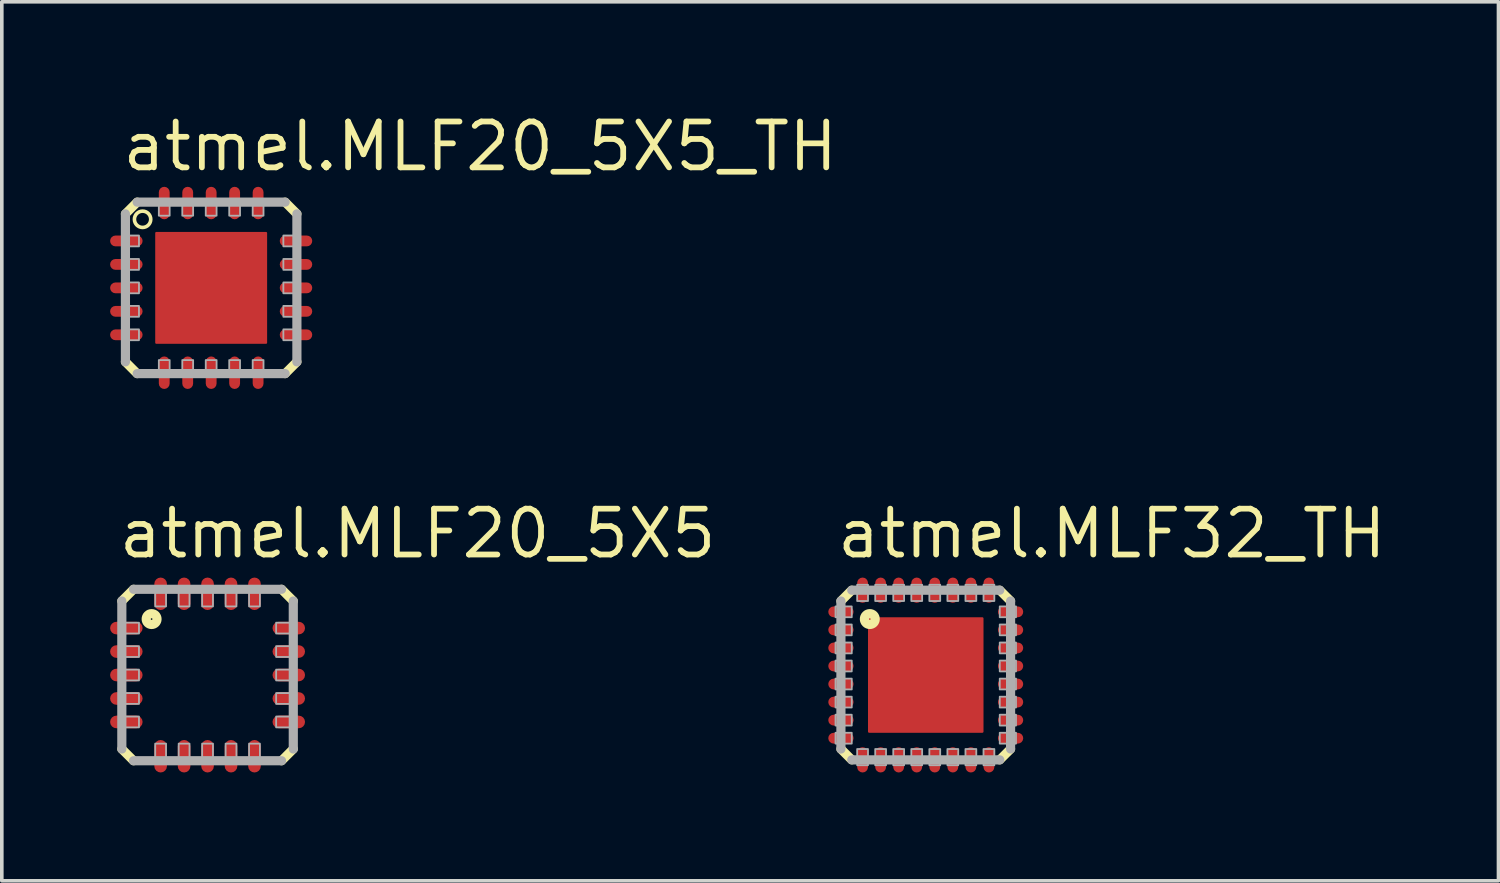
<source format=kicad_pcb>
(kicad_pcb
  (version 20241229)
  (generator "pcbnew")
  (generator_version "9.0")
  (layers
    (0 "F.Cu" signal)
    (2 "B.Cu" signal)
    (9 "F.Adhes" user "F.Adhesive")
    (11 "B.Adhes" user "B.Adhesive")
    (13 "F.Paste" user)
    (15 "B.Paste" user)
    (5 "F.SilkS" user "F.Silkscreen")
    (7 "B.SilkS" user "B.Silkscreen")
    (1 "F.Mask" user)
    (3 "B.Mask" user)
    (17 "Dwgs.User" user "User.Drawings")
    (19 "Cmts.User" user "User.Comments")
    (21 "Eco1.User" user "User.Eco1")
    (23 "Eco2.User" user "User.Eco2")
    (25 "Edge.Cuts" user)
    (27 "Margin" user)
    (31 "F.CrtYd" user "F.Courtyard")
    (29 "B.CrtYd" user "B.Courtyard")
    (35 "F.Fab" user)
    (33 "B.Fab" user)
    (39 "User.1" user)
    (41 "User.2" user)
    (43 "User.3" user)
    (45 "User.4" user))
  (footprint "atmel.MLF20_5X5"
    (layer "F.Cu")
    (at 2.7 15.65)
    (property "Reference" "atmel.MLF20_5X5" (at -2.54 -3.175 0) (layer "F.SilkS") (effects (font (size 1.27 1.27) (thickness 0.16)) (justify left bottom)))
    (attr smd)
    (fp_line (start -2.375 -2.05) (end -2.05 -2.375) (stroke (width 0.254) (type default)) (layer "F.SilkS"))
    (fp_line (start -2.05 2.375) (end -2.375 2.05) (stroke (width 0.254) (type default)) (layer "F.SilkS"))
    (fp_line (start 2.05 -2.375) (end 2.375 -2.05) (stroke (width 0.254) (type default)) (layer "F.SilkS"))
    (fp_line (start 2.375 2.05) (end 2.05 2.375) (stroke (width 0.254) (type default)) (layer "F.SilkS"))
    (fp_circle (center -1.55 -1.55) (end -1.4 -1.55) (stroke (width 0.254) (type default)) (fill no) (layer "F.SilkS"))
    (fp_line (start -2.375 2.05) (end -2.375 -2.05) (stroke (width 0.254) (type default)) (layer "F.Fab"))
    (fp_line (start -2.05 -2.375) (end 2.05 -2.375) (stroke (width 0.254) (type default)) (layer "F.Fab"))
    (fp_line (start 2.05 2.375) (end -2.05 2.375) (stroke (width 0.254) (type default)) (layer "F.Fab"))
    (fp_line (start 2.375 -2.05) (end 2.375 2.05) (stroke (width 0.254) (type default)) (layer "F.Fab"))
    (fp_rect (start -2.35 -1.15) (end -1.9 -1.45) (stroke (width 0.05) (type default)) (fill no) (layer "F.Fab"))
    (fp_rect (start -2.35 -0.5) (end -1.9 -0.8) (stroke (width 0.05) (type default)) (fill no) (layer "F.Fab"))
    (fp_rect (start -2.35 0.15) (end -1.9 -0.15) (stroke (width 0.05) (type default)) (fill no) (layer "F.Fab"))
    (fp_rect (start -2.35 0.8) (end -1.9 0.5) (stroke (width 0.05) (type default)) (fill no) (layer "F.Fab"))
    (fp_rect (start -2.35 1.45) (end -1.9 1.15) (stroke (width 0.05) (type default)) (fill no) (layer "F.Fab"))
    (fp_rect (start -1.45 -1.9) (end -1.15 -2.35) (stroke (width 0.05) (type default)) (fill no) (layer "F.Fab"))
    (fp_rect (start -1.45 2.35) (end -1.15 1.9) (stroke (width 0.05) (type default)) (fill no) (layer "F.Fab"))
    (fp_rect (start -0.8 -1.9) (end -0.5 -2.35) (stroke (width 0.05) (type default)) (fill no) (layer "F.Fab"))
    (fp_rect (start -0.8 2.35) (end -0.5 1.9) (stroke (width 0.05) (type default)) (fill no) (layer "F.Fab"))
    (fp_rect (start -0.15 -1.9) (end 0.15 -2.35) (stroke (width 0.05) (type default)) (fill no) (layer "F.Fab"))
    (fp_rect (start -0.15 2.35) (end 0.15 1.9) (stroke (width 0.05) (type default)) (fill no) (layer "F.Fab"))
    (fp_rect (start 0.5 -1.9) (end 0.8 -2.35) (stroke (width 0.05) (type default)) (fill no) (layer "F.Fab"))
    (fp_rect (start 0.5 2.35) (end 0.8 1.9) (stroke (width 0.05) (type default)) (fill no) (layer "F.Fab"))
    (fp_rect (start 1.15 -1.9) (end 1.45 -2.35) (stroke (width 0.05) (type default)) (fill no) (layer "F.Fab"))
    (fp_rect (start 1.15 2.35) (end 1.45 1.9) (stroke (width 0.05) (type default)) (fill no) (layer "F.Fab"))
    (fp_rect (start 1.9 -1.15) (end 2.35 -1.45) (stroke (width 0.05) (type default)) (fill no) (layer "F.Fab"))
    (fp_rect (start 1.9 -0.5) (end 2.35 -0.8) (stroke (width 0.05) (type default)) (fill no) (layer "F.Fab"))
    (fp_rect (start 1.9 0.15) (end 2.35 -0.15) (stroke (width 0.05) (type default)) (fill no) (layer "F.Fab"))
    (fp_rect (start 1.9 0.8) (end 2.35 0.5) (stroke (width 0.05) (type default)) (fill no) (layer "F.Fab"))
    (fp_rect (start 1.9 1.45) (end 2.35 1.15) (stroke (width 0.05) (type default)) (fill no) (layer "F.Fab"))
    (pad "1" smd roundrect (at -2.25 -1.3) (size 0.9 0.35) (layers "F.Cu" "F.Mask" "F.Paste") (roundrect_rratio 0.5))
    (pad "2" smd roundrect (at -2.25 -0.65) (size 0.9 0.35) (layers "F.Cu" "F.Mask" "F.Paste") (roundrect_rratio 0.5))
    (pad "3" smd roundrect (at -2.25 0) (size 0.9 0.35) (layers "F.Cu" "F.Mask" "F.Paste") (roundrect_rratio 0.5))
    (pad "4" smd roundrect (at -2.25 0.65) (size 0.9 0.35) (layers "F.Cu" "F.Mask" "F.Paste") (roundrect_rratio 0.5))
    (pad "5" smd roundrect (at -2.25 1.3) (size 0.9 0.35) (layers "F.Cu" "F.Mask" "F.Paste") (roundrect_rratio 0.5))
    (pad "6" smd roundrect (at -1.3 2.25) (size 0.35 0.9) (layers "F.Cu" "F.Mask" "F.Paste") (roundrect_rratio 0.5))
    (pad "7" smd roundrect (at -0.65 2.25) (size 0.35 0.9) (layers "F.Cu" "F.Mask" "F.Paste") (roundrect_rratio 0.5))
    (pad "8" smd roundrect (at 0 2.25) (size 0.35 0.9) (layers "F.Cu" "F.Mask" "F.Paste") (roundrect_rratio 0.5))
    (pad "9" smd roundrect (at 0.65 2.25) (size 0.35 0.9) (layers "F.Cu" "F.Mask" "F.Paste") (roundrect_rratio 0.5))
    (pad "10" smd roundrect (at 1.3 2.25) (size 0.35 0.9) (layers "F.Cu" "F.Mask" "F.Paste") (roundrect_rratio 0.5))
    (pad "11" smd roundrect (at 2.25 1.3) (size 0.9 0.35) (layers "F.Cu" "F.Mask" "F.Paste") (roundrect_rratio 0.5))
    (pad "12" smd roundrect (at 2.25 0.65) (size 0.9 0.35) (layers "F.Cu" "F.Mask" "F.Paste") (roundrect_rratio 0.5))
    (pad "13" smd roundrect (at 2.25 0) (size 0.9 0.35) (layers "F.Cu" "F.Mask" "F.Paste") (roundrect_rratio 0.5))
    (pad "14" smd roundrect (at 2.25 -0.65) (size 0.9 0.35) (layers "F.Cu" "F.Mask" "F.Paste") (roundrect_rratio 0.5))
    (pad "15" smd roundrect (at 2.25 -1.3) (size 0.9 0.35) (layers "F.Cu" "F.Mask" "F.Paste") (roundrect_rratio 0.5))
    (pad "16" smd roundrect (at 1.3 -2.25) (size 0.35 0.9) (layers "F.Cu" "F.Mask" "F.Paste") (roundrect_rratio 0.5))
    (pad "17" smd roundrect (at 0.65 -2.25) (size 0.35 0.9) (layers "F.Cu" "F.Mask" "F.Paste") (roundrect_rratio 0.5))
    (pad "18" smd roundrect (at 0 -2.25) (size 0.35 0.9) (layers "F.Cu" "F.Mask" "F.Paste") (roundrect_rratio 0.5))
    (pad "19" smd roundrect (at -0.65 -2.25) (size 0.35 0.9) (layers "F.Cu" "F.Mask" "F.Paste") (roundrect_rratio 0.5))
    (pad "20" smd roundrect (at -1.3 -2.25) (size 0.35 0.9) (layers "F.Cu" "F.Mask" "F.Paste") (roundrect_rratio 0.5)))
  (footprint "atmel.MLF32_TH"
    (layer "F.Cu")
    (at 22.596 15.65)
    (property "Reference" "atmel.MLF32_TH" (at -2.54 -3.175 0) (layer "F.SilkS") (effects (font (size 1.27 1.27) (thickness 0.16)) (justify left bottom)))
    (attr smd)
    (fp_line (start -2.35 -2.05) (end -2.05 -2.35) (stroke (width 0.254) (type default)) (layer "F.SilkS"))
    (fp_line (start -2.05 2.35) (end -2.35 2.05) (stroke (width 0.254) (type default)) (layer "F.SilkS"))
    (fp_line (start 2.05 -2.35) (end 2.35 -2.05) (stroke (width 0.254) (type default)) (layer "F.SilkS"))
    (fp_line (start 2.35 2.05) (end 2.05 2.35) (stroke (width 0.254) (type default)) (layer "F.SilkS"))
    (fp_circle (center -1.55 -1.55) (end -1.4 -1.55) (stroke (width 0.254) (type default)) (fill no) (layer "F.SilkS"))
    (fp_line (start -2.35 2.05) (end -2.35 -2.05) (stroke (width 0.254) (type default)) (layer "F.Fab"))
    (fp_line (start -2.05 -2.35) (end 2.05 -2.35) (stroke (width 0.254) (type default)) (layer "F.Fab"))
    (fp_line (start 2.05 2.35) (end -2.05 2.35) (stroke (width 0.254) (type default)) (layer "F.Fab"))
    (fp_line (start 2.35 -2.05) (end 2.35 2.05) (stroke (width 0.254) (type default)) (layer "F.Fab"))
    (fp_rect (start -2.5 -1.6) (end -2.05 -1.9) (stroke (width 0.05) (type default)) (fill no) (layer "F.Fab"))
    (fp_rect (start -2.5 -1.1) (end -2.05 -1.4) (stroke (width 0.05) (type default)) (fill no) (layer "F.Fab"))
    (fp_rect (start -2.5 -0.6) (end -2.05 -0.9) (stroke (width 0.05) (type default)) (fill no) (layer "F.Fab"))
    (fp_rect (start -2.5 -0.1) (end -2.05 -0.4) (stroke (width 0.05) (type default)) (fill no) (layer "F.Fab"))
    (fp_rect (start -2.5 0.4) (end -2.05 0.1) (stroke (width 0.05) (type default)) (fill no) (layer "F.Fab"))
    (fp_rect (start -2.5 0.9) (end -2.05 0.6) (stroke (width 0.05) (type default)) (fill no) (layer "F.Fab"))
    (fp_rect (start -2.5 1.4) (end -2.05 1.1) (stroke (width 0.05) (type default)) (fill no) (layer "F.Fab"))
    (fp_rect (start -2.5 1.9) (end -2.05 1.6) (stroke (width 0.05) (type default)) (fill no) (layer "F.Fab"))
    (fp_rect (start -1.9 -2.05) (end -1.6 -2.5) (stroke (width 0.05) (type default)) (fill no) (layer "F.Fab"))
    (fp_rect (start -1.9 2.5) (end -1.6 2.05) (stroke (width 0.05) (type default)) (fill no) (layer "F.Fab"))
    (fp_rect (start -1.4 -2.05) (end -1.1 -2.5) (stroke (width 0.05) (type default)) (fill no) (layer "F.Fab"))
    (fp_rect (start -1.4 2.5) (end -1.1 2.05) (stroke (width 0.05) (type default)) (fill no) (layer "F.Fab"))
    (fp_rect (start -0.9 -2.05) (end -0.6 -2.5) (stroke (width 0.05) (type default)) (fill no) (layer "F.Fab"))
    (fp_rect (start -0.9 2.5) (end -0.6 2.05) (stroke (width 0.05) (type default)) (fill no) (layer "F.Fab"))
    (fp_rect (start -0.4 -2.05) (end -0.1 -2.5) (stroke (width 0.05) (type default)) (fill no) (layer "F.Fab"))
    (fp_rect (start -0.4 2.5) (end -0.1 2.05) (stroke (width 0.05) (type default)) (fill no) (layer "F.Fab"))
    (fp_rect (start 0.1 -2.05) (end 0.4 -2.5) (stroke (width 0.05) (type default)) (fill no) (layer "F.Fab"))
    (fp_rect (start 0.1 2.5) (end 0.4 2.05) (stroke (width 0.05) (type default)) (fill no) (layer "F.Fab"))
    (fp_rect (start 0.6 -2.05) (end 0.9 -2.5) (stroke (width 0.05) (type default)) (fill no) (layer "F.Fab"))
    (fp_rect (start 0.6 2.5) (end 0.9 2.05) (stroke (width 0.05) (type default)) (fill no) (layer "F.Fab"))
    (fp_rect (start 1.1 -2.05) (end 1.4 -2.5) (stroke (width 0.05) (type default)) (fill no) (layer "F.Fab"))
    (fp_rect (start 1.1 2.5) (end 1.4 2.05) (stroke (width 0.05) (type default)) (fill no) (layer "F.Fab"))
    (fp_rect (start 1.6 -2.05) (end 1.9 -2.5) (stroke (width 0.05) (type default)) (fill no) (layer "F.Fab"))
    (fp_rect (start 1.6 2.5) (end 1.9 2.05) (stroke (width 0.05) (type default)) (fill no) (layer "F.Fab"))
    (fp_rect (start 2.05 -1.6) (end 2.5 -1.9) (stroke (width 0.05) (type default)) (fill no) (layer "F.Fab"))
    (fp_rect (start 2.05 -1.1) (end 2.5 -1.4) (stroke (width 0.05) (type default)) (fill no) (layer "F.Fab"))
    (fp_rect (start 2.05 -0.6) (end 2.5 -0.9) (stroke (width 0.05) (type default)) (fill no) (layer "F.Fab"))
    (fp_rect (start 2.05 -0.1) (end 2.5 -0.4) (stroke (width 0.05) (type default)) (fill no) (layer "F.Fab"))
    (fp_rect (start 2.05 0.4) (end 2.5 0.1) (stroke (width 0.05) (type default)) (fill no) (layer "F.Fab"))
    (fp_rect (start 2.05 0.9) (end 2.5 0.6) (stroke (width 0.05) (type default)) (fill no) (layer "F.Fab"))
    (fp_rect (start 2.05 1.4) (end 2.5 1.1) (stroke (width 0.05) (type default)) (fill no) (layer "F.Fab"))
    (fp_rect (start 2.05 1.9) (end 2.5 1.6) (stroke (width 0.05) (type default)) (fill no) (layer "F.Fab"))
    (pad "1" smd roundrect (at -2.35 -1.75) (size 0.7 0.3) (layers "F.Cu" "F.Mask" "F.Paste") (roundrect_rratio 0.5))
    (pad "2" smd roundrect (at -2.35 -1.25) (size 0.7 0.3) (layers "F.Cu" "F.Mask" "F.Paste") (roundrect_rratio 0.5))
    (pad "3" smd roundrect (at -2.35 -0.75) (size 0.7 0.3) (layers "F.Cu" "F.Mask" "F.Paste") (roundrect_rratio 0.5))
    (pad "4" smd roundrect (at -2.35 -0.25) (size 0.7 0.3) (layers "F.Cu" "F.Mask" "F.Paste") (roundrect_rratio 0.5))
    (pad "5" smd roundrect (at -2.35 0.25) (size 0.7 0.3) (layers "F.Cu" "F.Mask" "F.Paste") (roundrect_rratio 0.5))
    (pad "6" smd roundrect (at -2.35 0.75) (size 0.7 0.3) (layers "F.Cu" "F.Mask" "F.Paste") (roundrect_rratio 0.5))
    (pad "7" smd roundrect (at -2.35 1.25) (size 0.7 0.3) (layers "F.Cu" "F.Mask" "F.Paste") (roundrect_rratio 0.5))
    (pad "8" smd roundrect (at -2.35 1.75) (size 0.7 0.3) (layers "F.Cu" "F.Mask" "F.Paste") (roundrect_rratio 0.5))
    (pad "9" smd roundrect (at -1.75 2.35) (size 0.3 0.7) (layers "F.Cu" "F.Mask" "F.Paste") (roundrect_rratio 0.5))
    (pad "10" smd roundrect (at -1.25 2.35) (size 0.3 0.7) (layers "F.Cu" "F.Mask" "F.Paste") (roundrect_rratio 0.5))
    (pad "11" smd roundrect (at -0.75 2.35) (size 0.3 0.7) (layers "F.Cu" "F.Mask" "F.Paste") (roundrect_rratio 0.5))
    (pad "12" smd roundrect (at -0.25 2.35) (size 0.3 0.7) (layers "F.Cu" "F.Mask" "F.Paste") (roundrect_rratio 0.5))
    (pad "13" smd roundrect (at 0.25 2.35) (size 0.3 0.7) (layers "F.Cu" "F.Mask" "F.Paste") (roundrect_rratio 0.5))
    (pad "14" smd roundrect (at 0.75 2.35) (size 0.3 0.7) (layers "F.Cu" "F.Mask" "F.Paste") (roundrect_rratio 0.5))
    (pad "15" smd roundrect (at 1.25 2.35) (size 0.3 0.7) (layers "F.Cu" "F.Mask" "F.Paste") (roundrect_rratio 0.5))
    (pad "16" smd roundrect (at 1.75 2.35) (size 0.3 0.7) (layers "F.Cu" "F.Mask" "F.Paste") (roundrect_rratio 0.5))
    (pad "17" smd roundrect (at 2.35 1.75) (size 0.7 0.3) (layers "F.Cu" "F.Mask" "F.Paste") (roundrect_rratio 0.5))
    (pad "18" smd roundrect (at 2.35 1.25) (size 0.7 0.3) (layers "F.Cu" "F.Mask" "F.Paste") (roundrect_rratio 0.5))
    (pad "19" smd roundrect (at 2.35 0.75) (size 0.7 0.3) (layers "F.Cu" "F.Mask" "F.Paste") (roundrect_rratio 0.5))
    (pad "20" smd roundrect (at 2.35 0.25) (size 0.7 0.3) (layers "F.Cu" "F.Mask" "F.Paste") (roundrect_rratio 0.5))
    (pad "21" smd roundrect (at 2.35 -0.25) (size 0.7 0.3) (layers "F.Cu" "F.Mask" "F.Paste") (roundrect_rratio 0.5))
    (pad "22" smd roundrect (at 2.35 -0.75) (size 0.7 0.3) (layers "F.Cu" "F.Mask" "F.Paste") (roundrect_rratio 0.5))
    (pad "23" smd roundrect (at 2.35 -1.25) (size 0.7 0.3) (layers "F.Cu" "F.Mask" "F.Paste") (roundrect_rratio 0.5))
    (pad "24" smd roundrect (at 2.35 -1.75) (size 0.7 0.3) (layers "F.Cu" "F.Mask" "F.Paste") (roundrect_rratio 0.5))
    (pad "25" smd roundrect (at 1.75 -2.35) (size 0.3 0.7) (layers "F.Cu" "F.Mask" "F.Paste") (roundrect_rratio 0.5))
    (pad "26" smd roundrect (at 1.25 -2.35) (size 0.3 0.7) (layers "F.Cu" "F.Mask" "F.Paste") (roundrect_rratio 0.5))
    (pad "27" smd roundrect (at 0.75 -2.35) (size 0.3 0.7) (layers "F.Cu" "F.Mask" "F.Paste") (roundrect_rratio 0.5))
    (pad "28" smd roundrect (at 0.25 -2.35) (size 0.3 0.7) (layers "F.Cu" "F.Mask" "F.Paste") (roundrect_rratio 0.5))
    (pad "29" smd roundrect (at -0.25 -2.35) (size 0.3 0.7) (layers "F.Cu" "F.Mask" "F.Paste") (roundrect_rratio 0.5))
    (pad "30" smd roundrect (at -0.75 -2.35) (size 0.3 0.7) (layers "F.Cu" "F.Mask" "F.Paste") (roundrect_rratio 0.5))
    (pad "31" smd roundrect (at -1.25 -2.35) (size 0.3 0.7) (layers "F.Cu" "F.Mask" "F.Paste") (roundrect_rratio 0.5))
    (pad "32" smd roundrect (at -1.75 -2.35) (size 0.3 0.7) (layers "F.Cu" "F.Mask" "F.Paste") (roundrect_rratio 0.5))
    (pad "TH" smd roundrect (at 0 0) (size 3.2 3.2) (layers "F.Cu" "F.Mask" "F.Paste") (roundrect_rratio 0.01)))
  (footprint "atmel.MLF20_5X5_TH"
    (layer "F.Cu")
    (at 2.8 4.925)
    (property "Reference" "atmel.MLF20_5X5_TH" (at -2.54 -3.175 0) (layer "F.SilkS") (effects (font (size 1.27 1.27) (thickness 0.16)) (justify left bottom)))
    (attr smd)
    (fp_line (start -2.375 -2.05) (end -2.05 -2.375) (stroke (width 0.254) (type default)) (layer "F.SilkS"))
    (fp_line (start -2.05 2.375) (end -2.375 2.05) (stroke (width 0.254) (type default)) (layer "F.SilkS"))
    (fp_line (start 2.05 -2.375) (end 2.375 -2.05) (stroke (width 0.254) (type default)) (layer "F.SilkS"))
    (fp_line (start 2.375 2.05) (end 2.05 2.375) (stroke (width 0.254) (type default)) (layer "F.SilkS"))
    (fp_circle (center -1.9 -1.9) (end -1.674 -1.9) (stroke (width 0.1) (type default)) (fill no) (layer "F.SilkS"))
    (fp_line (start -2.375 2.05) (end -2.375 -2.05) (stroke (width 0.254) (type default)) (layer "F.Fab"))
    (fp_line (start -2.05 -2.375) (end 2.05 -2.375) (stroke (width 0.254) (type default)) (layer "F.Fab"))
    (fp_line (start 2.05 2.375) (end -2.05 2.375) (stroke (width 0.254) (type default)) (layer "F.Fab"))
    (fp_line (start 2.375 -2.05) (end 2.375 2.05) (stroke (width 0.254) (type default)) (layer "F.Fab"))
    (fp_rect (start -2.45 -1.15) (end -2 -1.45) (stroke (width 0.05) (type default)) (fill no) (layer "F.Fab"))
    (fp_rect (start -2.45 -0.5) (end -2 -0.8) (stroke (width 0.05) (type default)) (fill no) (layer "F.Fab"))
    (fp_rect (start -2.45 0.15) (end -2 -0.15) (stroke (width 0.05) (type default)) (fill no) (layer "F.Fab"))
    (fp_rect (start -2.45 0.8) (end -2 0.5) (stroke (width 0.05) (type default)) (fill no) (layer "F.Fab"))
    (fp_rect (start -2.45 1.45) (end -2 1.15) (stroke (width 0.05) (type default)) (fill no) (layer "F.Fab"))
    (fp_rect (start -1.45 -2) (end -1.15 -2.45) (stroke (width 0.05) (type default)) (fill no) (layer "F.Fab"))
    (fp_rect (start -1.45 2.45) (end -1.15 2) (stroke (width 0.05) (type default)) (fill no) (layer "F.Fab"))
    (fp_rect (start -0.8 -2) (end -0.5 -2.45) (stroke (width 0.05) (type default)) (fill no) (layer "F.Fab"))
    (fp_rect (start -0.8 2.45) (end -0.5 2) (stroke (width 0.05) (type default)) (fill no) (layer "F.Fab"))
    (fp_rect (start -0.15 -2) (end 0.15 -2.45) (stroke (width 0.05) (type default)) (fill no) (layer "F.Fab"))
    (fp_rect (start -0.15 2.45) (end 0.15 2) (stroke (width 0.05) (type default)) (fill no) (layer "F.Fab"))
    (fp_rect (start 0.5 -2) (end 0.8 -2.45) (stroke (width 0.05) (type default)) (fill no) (layer "F.Fab"))
    (fp_rect (start 0.5 2.45) (end 0.8 2) (stroke (width 0.05) (type default)) (fill no) (layer "F.Fab"))
    (fp_rect (start 1.15 -2) (end 1.45 -2.45) (stroke (width 0.05) (type default)) (fill no) (layer "F.Fab"))
    (fp_rect (start 1.15 2.45) (end 1.45 2) (stroke (width 0.05) (type default)) (fill no) (layer "F.Fab"))
    (fp_rect (start 2 -1.15) (end 2.45 -1.45) (stroke (width 0.05) (type default)) (fill no) (layer "F.Fab"))
    (fp_rect (start 2 -0.5) (end 2.45 -0.8) (stroke (width 0.05) (type default)) (fill no) (layer "F.Fab"))
    (fp_rect (start 2 0.15) (end 2.45 -0.15) (stroke (width 0.05) (type default)) (fill no) (layer "F.Fab"))
    (fp_rect (start 2 0.8) (end 2.45 0.5) (stroke (width 0.05) (type default)) (fill no) (layer "F.Fab"))
    (fp_rect (start 2 1.45) (end 2.45 1.15) (stroke (width 0.05) (type default)) (fill no) (layer "F.Fab"))
    (pad "1" smd roundrect (at -2.35 -1.3) (size 0.9 0.3) (layers "F.Cu" "F.Mask" "F.Paste") (roundrect_rratio 0.5))
    (pad "2" smd roundrect (at -2.35 -0.65) (size 0.9 0.3) (layers "F.Cu" "F.Mask" "F.Paste") (roundrect_rratio 0.5))
    (pad "3" smd roundrect (at -2.35 0) (size 0.9 0.3) (layers "F.Cu" "F.Mask" "F.Paste") (roundrect_rratio 0.5))
    (pad "4" smd roundrect (at -2.35 0.65) (size 0.9 0.3) (layers "F.Cu" "F.Mask" "F.Paste") (roundrect_rratio 0.5))
    (pad "5" smd roundrect (at -2.35 1.3) (size 0.9 0.3) (layers "F.Cu" "F.Mask" "F.Paste") (roundrect_rratio 0.5))
    (pad "6" smd roundrect (at -1.3 2.35) (size 0.3 0.9) (layers "F.Cu" "F.Mask" "F.Paste") (roundrect_rratio 0.5))
    (pad "7" smd roundrect (at -0.65 2.35) (size 0.3 0.9) (layers "F.Cu" "F.Mask" "F.Paste") (roundrect_rratio 0.5))
    (pad "8" smd roundrect (at 0 2.35) (size 0.3 0.9) (layers "F.Cu" "F.Mask" "F.Paste") (roundrect_rratio 0.5))
    (pad "9" smd roundrect (at 0.65 2.35) (size 0.3 0.9) (layers "F.Cu" "F.Mask" "F.Paste") (roundrect_rratio 0.5))
    (pad "10" smd roundrect (at 1.3 2.35) (size 0.3 0.9) (layers "F.Cu" "F.Mask" "F.Paste") (roundrect_rratio 0.5))
    (pad "11" smd roundrect (at 2.35 1.3) (size 0.9 0.3) (layers "F.Cu" "F.Mask" "F.Paste") (roundrect_rratio 0.5))
    (pad "12" smd roundrect (at 2.35 0.65) (size 0.9 0.3) (layers "F.Cu" "F.Mask" "F.Paste") (roundrect_rratio 0.5))
    (pad "13" smd roundrect (at 2.35 0) (size 0.9 0.3) (layers "F.Cu" "F.Mask" "F.Paste") (roundrect_rratio 0.5))
    (pad "14" smd roundrect (at 2.35 -0.65) (size 0.9 0.3) (layers "F.Cu" "F.Mask" "F.Paste") (roundrect_rratio 0.5))
    (pad "15" smd roundrect (at 2.35 -1.3) (size 0.9 0.3) (layers "F.Cu" "F.Mask" "F.Paste") (roundrect_rratio 0.5))
    (pad "16" smd roundrect (at 1.3 -2.35) (size 0.3 0.9) (layers "F.Cu" "F.Mask" "F.Paste") (roundrect_rratio 0.5))
    (pad "17" smd roundrect (at 0.65 -2.35) (size 0.3 0.9) (layers "F.Cu" "F.Mask" "F.Paste") (roundrect_rratio 0.5))
    (pad "18" smd roundrect (at 0 -2.35) (size 0.3 0.9) (layers "F.Cu" "F.Mask" "F.Paste") (roundrect_rratio 0.5))
    (pad "19" smd roundrect (at -0.65 -2.35) (size 0.3 0.9) (layers "F.Cu" "F.Mask" "F.Paste") (roundrect_rratio 0.5))
    (pad "20" smd roundrect (at -1.3 -2.35) (size 0.3 0.9) (layers "F.Cu" "F.Mask" "F.Paste") (roundrect_rratio 0.5))
    (pad "EXP" smd roundrect (at 0 0) (size 3.1 3.1) (layers "F.Cu" "F.Mask" "F.Paste") (roundrect_rratio 0.01)))
  (gr_rect
    (start -3 -3)
    (end 38.462 21.35)
    (stroke (width 0.1) (type default))
    (fill no)
    (layer "Edge.Cuts")))
</source>
